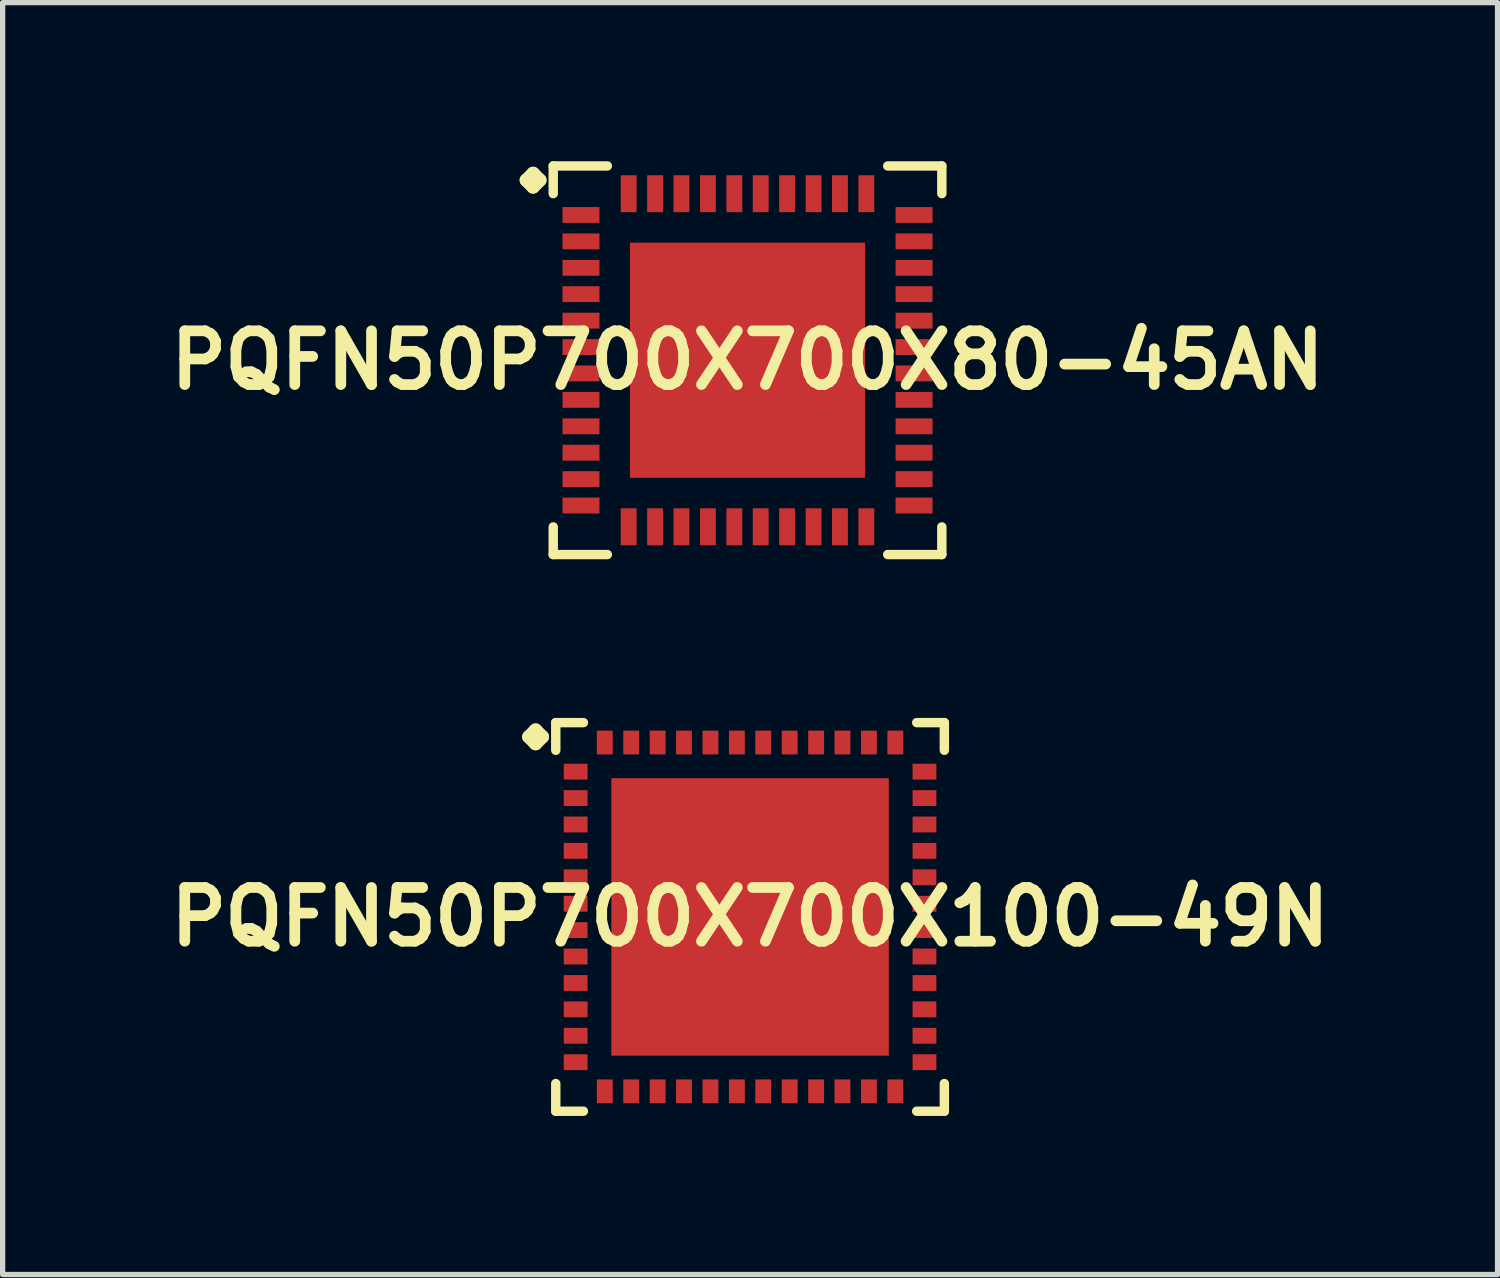
<source format=kicad_pcb>
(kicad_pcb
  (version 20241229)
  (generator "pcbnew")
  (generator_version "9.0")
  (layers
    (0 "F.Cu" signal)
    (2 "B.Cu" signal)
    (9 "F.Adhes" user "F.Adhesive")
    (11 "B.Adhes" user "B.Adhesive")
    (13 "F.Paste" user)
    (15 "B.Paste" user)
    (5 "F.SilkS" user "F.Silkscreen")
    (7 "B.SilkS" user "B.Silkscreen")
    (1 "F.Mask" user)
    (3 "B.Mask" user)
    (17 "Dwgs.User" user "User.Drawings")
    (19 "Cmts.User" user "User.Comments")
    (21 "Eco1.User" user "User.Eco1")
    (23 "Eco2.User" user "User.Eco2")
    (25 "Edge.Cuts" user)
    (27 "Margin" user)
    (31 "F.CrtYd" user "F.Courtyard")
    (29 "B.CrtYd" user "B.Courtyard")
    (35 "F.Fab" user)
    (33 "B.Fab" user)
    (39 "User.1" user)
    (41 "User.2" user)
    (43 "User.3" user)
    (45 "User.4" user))
  (footprint "PQFN50P700X700X100-49N"
    (layer "F.Cu")
    (at 11.137 14.293)
    (property "Reference" "PQFN50P700X700X100-49N" (at 0 0 0) (layer "F.SilkS") (effects (font (size 1.016 1.016) (thickness 0.203))))
    (attr smd)
    (fp_line (start -4.183 -3.406) (end -4.056 -3.533) (stroke (width 0.254) (type solid)) (layer "F.SilkS"))
    (fp_line (start -4.056 -3.533) (end -3.929 -3.406) (stroke (width 0.254) (type solid)) (layer "F.SilkS"))
    (fp_line (start -4.056 -3.279) (end -4.183 -3.406) (stroke (width 0.254) (type solid)) (layer "F.SilkS"))
    (fp_line (start -3.929 -3.406) (end -4.056 -3.279) (stroke (width 0.254) (type solid)) (layer "F.SilkS"))
    (fp_line (start -3.675 -3.675) (end -3.152 -3.675) (stroke (width 0.178) (type solid)) (layer "F.SilkS"))
    (fp_line (start -3.675 -3.152) (end -3.675 -3.675) (stroke (width 0.178) (type solid)) (layer "F.SilkS"))
    (fp_line (start -3.675 3.152) (end -3.675 3.675) (stroke (width 0.178) (type solid)) (layer "F.SilkS"))
    (fp_line (start -3.675 3.675) (end -3.152 3.675) (stroke (width 0.178) (type solid)) (layer "F.SilkS"))
    (fp_line (start 3.152 -3.675) (end 3.675 -3.675) (stroke (width 0.178) (type solid)) (layer "F.SilkS"))
    (fp_line (start 3.152 3.675) (end 3.675 3.675) (stroke (width 0.178) (type solid)) (layer "F.SilkS"))
    (fp_line (start 3.675 -3.675) (end 3.675 -3.152) (stroke (width 0.178) (type solid)) (layer "F.SilkS"))
    (fp_line (start 3.675 3.675) (end 3.675 3.152) (stroke (width 0.178) (type solid)) (layer "F.SilkS"))
    (pad "1" smd rect (at -3.299 -2.748) (size 0.45 0.3) (layers "F.Cu" "F.Mask" "F.Paste"))
    (pad "2" smd rect (at -3.299 -2.248) (size 0.45 0.3) (layers "F.Cu" "F.Mask" "F.Paste"))
    (pad "3" smd rect (at -3.299 -1.748) (size 0.45 0.3) (layers "F.Cu" "F.Mask" "F.Paste"))
    (pad "4" smd rect (at -3.299 -1.25) (size 0.45 0.3) (layers "F.Cu" "F.Mask" "F.Paste"))
    (pad "5" smd rect (at -3.299 -0.749) (size 0.45 0.3) (layers "F.Cu" "F.Mask" "F.Paste"))
    (pad "6" smd rect (at -3.299 -0.249) (size 0.45 0.3) (layers "F.Cu" "F.Mask" "F.Paste"))
    (pad "7" smd rect (at -3.299 0.249) (size 0.45 0.3) (layers "F.Cu" "F.Mask" "F.Paste"))
    (pad "8" smd rect (at -3.299 0.749) (size 0.45 0.3) (layers "F.Cu" "F.Mask" "F.Paste"))
    (pad "9" smd rect (at -3.299 1.25) (size 0.45 0.3) (layers "F.Cu" "F.Mask" "F.Paste"))
    (pad "10" smd rect (at -3.299 1.748) (size 0.45 0.3) (layers "F.Cu" "F.Mask" "F.Paste"))
    (pad "11" smd rect (at -3.299 2.248) (size 0.45 0.3) (layers "F.Cu" "F.Mask" "F.Paste"))
    (pad "12" smd rect (at -3.299 2.748) (size 0.45 0.3) (layers "F.Cu" "F.Mask" "F.Paste"))
    (pad "13" smd rect (at -2.748 3.299) (size 0.3 0.45) (layers "F.Cu" "F.Mask" "F.Paste"))
    (pad "14" smd rect (at -2.248 3.299) (size 0.3 0.45) (layers "F.Cu" "F.Mask" "F.Paste"))
    (pad "15" smd rect (at -1.748 3.299) (size 0.3 0.45) (layers "F.Cu" "F.Mask" "F.Paste"))
    (pad "16" smd rect (at -1.25 3.299) (size 0.3 0.45) (layers "F.Cu" "F.Mask" "F.Paste"))
    (pad "17" smd rect (at -0.749 3.299) (size 0.3 0.45) (layers "F.Cu" "F.Mask" "F.Paste"))
    (pad "18" smd rect (at -0.249 3.299) (size 0.3 0.45) (layers "F.Cu" "F.Mask" "F.Paste"))
    (pad "19" smd rect (at 0.249 3.299) (size 0.3 0.45) (layers "F.Cu" "F.Mask" "F.Paste"))
    (pad "20" smd rect (at 0.749 3.299) (size 0.3 0.45) (layers "F.Cu" "F.Mask" "F.Paste"))
    (pad "21" smd rect (at 1.25 3.299) (size 0.3 0.45) (layers "F.Cu" "F.Mask" "F.Paste"))
    (pad "22" smd rect (at 1.748 3.299) (size 0.3 0.45) (layers "F.Cu" "F.Mask" "F.Paste"))
    (pad "23" smd rect (at 2.248 3.299) (size 0.3 0.45) (layers "F.Cu" "F.Mask" "F.Paste"))
    (pad "24" smd rect (at 2.748 3.299) (size 0.3 0.45) (layers "F.Cu" "F.Mask" "F.Paste"))
    (pad "25" smd rect (at 3.299 2.748) (size 0.45 0.3) (layers "F.Cu" "F.Mask" "F.Paste"))
    (pad "26" smd rect (at 3.299 2.248) (size 0.45 0.3) (layers "F.Cu" "F.Mask" "F.Paste"))
    (pad "27" smd rect (at 3.299 1.748) (size 0.45 0.3) (layers "F.Cu" "F.Mask" "F.Paste"))
    (pad "28" smd rect (at 3.299 1.25) (size 0.45 0.3) (layers "F.Cu" "F.Mask" "F.Paste"))
    (pad "29" smd rect (at 3.299 0.749) (size 0.45 0.3) (layers "F.Cu" "F.Mask" "F.Paste"))
    (pad "30" smd rect (at 3.299 0.249) (size 0.45 0.3) (layers "F.Cu" "F.Mask" "F.Paste"))
    (pad "31" smd rect (at 3.299 -0.249) (size 0.45 0.3) (layers "F.Cu" "F.Mask" "F.Paste"))
    (pad "32" smd rect (at 3.299 -0.749) (size 0.45 0.3) (layers "F.Cu" "F.Mask" "F.Paste"))
    (pad "33" smd rect (at 3.299 -1.25) (size 0.45 0.3) (layers "F.Cu" "F.Mask" "F.Paste"))
    (pad "34" smd rect (at 3.299 -1.748) (size 0.45 0.3) (layers "F.Cu" "F.Mask" "F.Paste"))
    (pad "35" smd rect (at 3.299 -2.248) (size 0.45 0.3) (layers "F.Cu" "F.Mask" "F.Paste"))
    (pad "36" smd rect (at 3.299 -2.748) (size 0.45 0.3) (layers "F.Cu" "F.Mask" "F.Paste"))
    (pad "37" smd rect (at 2.748 -3.299) (size 0.3 0.45) (layers "F.Cu" "F.Mask" "F.Paste"))
    (pad "38" smd rect (at 2.248 -3.299) (size 0.3 0.45) (layers "F.Cu" "F.Mask" "F.Paste"))
    (pad "39" smd rect (at 1.748 -3.299) (size 0.3 0.45) (layers "F.Cu" "F.Mask" "F.Paste"))
    (pad "40" smd rect (at 1.25 -3.299) (size 0.3 0.45) (layers "F.Cu" "F.Mask" "F.Paste"))
    (pad "41" smd rect (at 0.749 -3.299) (size 0.3 0.45) (layers "F.Cu" "F.Mask" "F.Paste"))
    (pad "42" smd rect (at 0.249 -3.299) (size 0.3 0.45) (layers "F.Cu" "F.Mask" "F.Paste"))
    (pad "43" smd rect (at -0.249 -3.299) (size 0.3 0.45) (layers "F.Cu" "F.Mask" "F.Paste"))
    (pad "44" smd rect (at -0.749 -3.299) (size 0.3 0.45) (layers "F.Cu" "F.Mask" "F.Paste"))
    (pad "45" smd rect (at -1.25 -3.299) (size 0.3 0.45) (layers "F.Cu" "F.Mask" "F.Paste"))
    (pad "46" smd rect (at -1.748 -3.299) (size 0.3 0.45) (layers "F.Cu" "F.Mask" "F.Paste"))
    (pad "47" smd rect (at -2.248 -3.299) (size 0.3 0.45) (layers "F.Cu" "F.Mask" "F.Paste"))
    (pad "48" smd rect (at -2.748 -3.299) (size 0.3 0.45) (layers "F.Cu" "F.Mask" "F.Paste"))
    (pad "49" smd rect (at 0 0) (size 5.248 5.248) (layers "F.Cu" "F.Mask" "F.Paste")))
  (footprint "PQFN50P700X700X80-45AN"
    (layer "F.Cu")
    (at 11.089 3.764)
    (property "Reference" "PQFN50P700X700X80-45AN" (at 0 0 0) (layer "F.SilkS") (effects (font (size 1.016 1.016) (thickness 0.203))))
    (attr smd)
    (fp_line (start -4.183 -3.406) (end -4.056 -3.533) (stroke (width 0.254) (type solid)) (layer "F.SilkS"))
    (fp_line (start -4.056 -3.533) (end -3.929 -3.406) (stroke (width 0.254) (type solid)) (layer "F.SilkS"))
    (fp_line (start -4.056 -3.279) (end -4.183 -3.406) (stroke (width 0.254) (type solid)) (layer "F.SilkS"))
    (fp_line (start -3.929 -3.406) (end -4.056 -3.279) (stroke (width 0.254) (type solid)) (layer "F.SilkS"))
    (fp_line (start -3.675 -3.675) (end -2.652 -3.675) (stroke (width 0.178) (type solid)) (layer "F.SilkS"))
    (fp_line (start -3.675 -3.152) (end -3.675 -3.675) (stroke (width 0.178) (type solid)) (layer "F.SilkS"))
    (fp_line (start -3.675 3.152) (end -3.675 3.675) (stroke (width 0.178) (type solid)) (layer "F.SilkS"))
    (fp_line (start -3.675 3.675) (end -2.652 3.675) (stroke (width 0.178) (type solid)) (layer "F.SilkS"))
    (fp_line (start 2.652 -3.675) (end 3.675 -3.675) (stroke (width 0.178) (type solid)) (layer "F.SilkS"))
    (fp_line (start 2.652 3.675) (end 3.675 3.675) (stroke (width 0.178) (type solid)) (layer "F.SilkS"))
    (fp_line (start 3.675 -3.675) (end 3.675 -3.152) (stroke (width 0.178) (type solid)) (layer "F.SilkS"))
    (fp_line (start 3.675 3.675) (end 3.675 3.152) (stroke (width 0.178) (type solid)) (layer "F.SilkS"))
    (pad "1" smd rect (at -3.15 -2.748) (size 0.699 0.3) (layers "F.Cu" "F.Mask" "F.Paste"))
    (pad "2" smd rect (at -3.15 -2.248) (size 0.699 0.3) (layers "F.Cu" "F.Mask" "F.Paste"))
    (pad "3" smd rect (at -3.15 -1.748) (size 0.699 0.3) (layers "F.Cu" "F.Mask" "F.Paste"))
    (pad "4" smd rect (at -3.15 -1.25) (size 0.699 0.3) (layers "F.Cu" "F.Mask" "F.Paste"))
    (pad "5" smd rect (at -3.15 -0.749) (size 0.699 0.3) (layers "F.Cu" "F.Mask" "F.Paste"))
    (pad "6" smd rect (at -3.15 -0.249) (size 0.699 0.3) (layers "F.Cu" "F.Mask" "F.Paste"))
    (pad "7" smd rect (at -3.15 0.249) (size 0.699 0.3) (layers "F.Cu" "F.Mask" "F.Paste"))
    (pad "8" smd rect (at -3.15 0.749) (size 0.699 0.3) (layers "F.Cu" "F.Mask" "F.Paste"))
    (pad "9" smd rect (at -3.15 1.25) (size 0.699 0.3) (layers "F.Cu" "F.Mask" "F.Paste"))
    (pad "10" smd rect (at -3.15 1.748) (size 0.699 0.3) (layers "F.Cu" "F.Mask" "F.Paste"))
    (pad "11" smd rect (at -3.15 2.248) (size 0.699 0.3) (layers "F.Cu" "F.Mask" "F.Paste"))
    (pad "12" smd rect (at -3.15 2.748) (size 0.699 0.3) (layers "F.Cu" "F.Mask" "F.Paste"))
    (pad "13" smd rect (at -2.248 3.15) (size 0.3 0.699) (layers "F.Cu" "F.Mask" "F.Paste"))
    (pad "14" smd rect (at -1.748 3.15) (size 0.3 0.699) (layers "F.Cu" "F.Mask" "F.Paste"))
    (pad "15" smd rect (at -1.25 3.15) (size 0.3 0.699) (layers "F.Cu" "F.Mask" "F.Paste"))
    (pad "16" smd rect (at -0.749 3.15) (size 0.3 0.699) (layers "F.Cu" "F.Mask" "F.Paste"))
    (pad "17" smd rect (at -0.249 3.15) (size 0.3 0.699) (layers "F.Cu" "F.Mask" "F.Paste"))
    (pad "18" smd rect (at 0.249 3.15) (size 0.3 0.699) (layers "F.Cu" "F.Mask" "F.Paste"))
    (pad "19" smd rect (at 0.749 3.15) (size 0.3 0.699) (layers "F.Cu" "F.Mask" "F.Paste"))
    (pad "20" smd rect (at 1.25 3.15) (size 0.3 0.699) (layers "F.Cu" "F.Mask" "F.Paste"))
    (pad "21" smd rect (at 1.748 3.15) (size 0.3 0.699) (layers "F.Cu" "F.Mask" "F.Paste"))
    (pad "22" smd rect (at 2.248 3.15) (size 0.3 0.699) (layers "F.Cu" "F.Mask" "F.Paste"))
    (pad "23" smd rect (at 3.15 2.748) (size 0.699 0.3) (layers "F.Cu" "F.Mask" "F.Paste"))
    (pad "24" smd rect (at 3.15 2.248) (size 0.699 0.3) (layers "F.Cu" "F.Mask" "F.Paste"))
    (pad "25" smd rect (at 3.15 1.748) (size 0.699 0.3) (layers "F.Cu" "F.Mask" "F.Paste"))
    (pad "26" smd rect (at 3.15 1.25) (size 0.699 0.3) (layers "F.Cu" "F.Mask" "F.Paste"))
    (pad "27" smd rect (at 3.15 0.749) (size 0.699 0.3) (layers "F.Cu" "F.Mask" "F.Paste"))
    (pad "28" smd rect (at 3.15 0.249) (size 0.699 0.3) (layers "F.Cu" "F.Mask" "F.Paste"))
    (pad "29" smd rect (at 3.15 -0.249) (size 0.699 0.3) (layers "F.Cu" "F.Mask" "F.Paste"))
    (pad "30" smd rect (at 3.15 -0.749) (size 0.699 0.3) (layers "F.Cu" "F.Mask" "F.Paste"))
    (pad "31" smd rect (at 3.15 -1.25) (size 0.699 0.3) (layers "F.Cu" "F.Mask" "F.Paste"))
    (pad "32" smd rect (at 3.15 -1.748) (size 0.699 0.3) (layers "F.Cu" "F.Mask" "F.Paste"))
    (pad "33" smd rect (at 3.15 -2.248) (size 0.699 0.3) (layers "F.Cu" "F.Mask" "F.Paste"))
    (pad "34" smd rect (at 3.15 -2.748) (size 0.699 0.3) (layers "F.Cu" "F.Mask" "F.Paste"))
    (pad "35" smd rect (at 2.248 -3.15) (size 0.3 0.699) (layers "F.Cu" "F.Mask" "F.Paste"))
    (pad "36" smd rect (at 1.748 -3.15) (size 0.3 0.699) (layers "F.Cu" "F.Mask" "F.Paste"))
    (pad "37" smd rect (at 1.25 -3.15) (size 0.3 0.699) (layers "F.Cu" "F.Mask" "F.Paste"))
    (pad "38" smd rect (at 0.749 -3.15) (size 0.3 0.699) (layers "F.Cu" "F.Mask" "F.Paste"))
    (pad "39" smd rect (at 0.249 -3.15) (size 0.3 0.699) (layers "F.Cu" "F.Mask" "F.Paste"))
    (pad "40" smd rect (at -0.249 -3.15) (size 0.3 0.699) (layers "F.Cu" "F.Mask" "F.Paste"))
    (pad "41" smd rect (at -0.749 -3.15) (size 0.3 0.699) (layers "F.Cu" "F.Mask" "F.Paste"))
    (pad "42" smd rect (at -1.25 -3.15) (size 0.3 0.699) (layers "F.Cu" "F.Mask" "F.Paste"))
    (pad "43" smd rect (at -1.748 -3.15) (size 0.3 0.699) (layers "F.Cu" "F.Mask" "F.Paste"))
    (pad "44" smd rect (at -2.248 -3.15) (size 0.3 0.699) (layers "F.Cu" "F.Mask" "F.Paste"))
    (pad "45" smd rect (at 0 0) (size 4.448 4.448) (layers "F.Cu" "F.Mask" "F.Paste")))
  (gr_rect
    (start -3 -3)
    (end 25.275 21.057)
    (stroke (width 0.1) (type default))
    (fill no)
    (layer "Edge.Cuts")))
</source>
